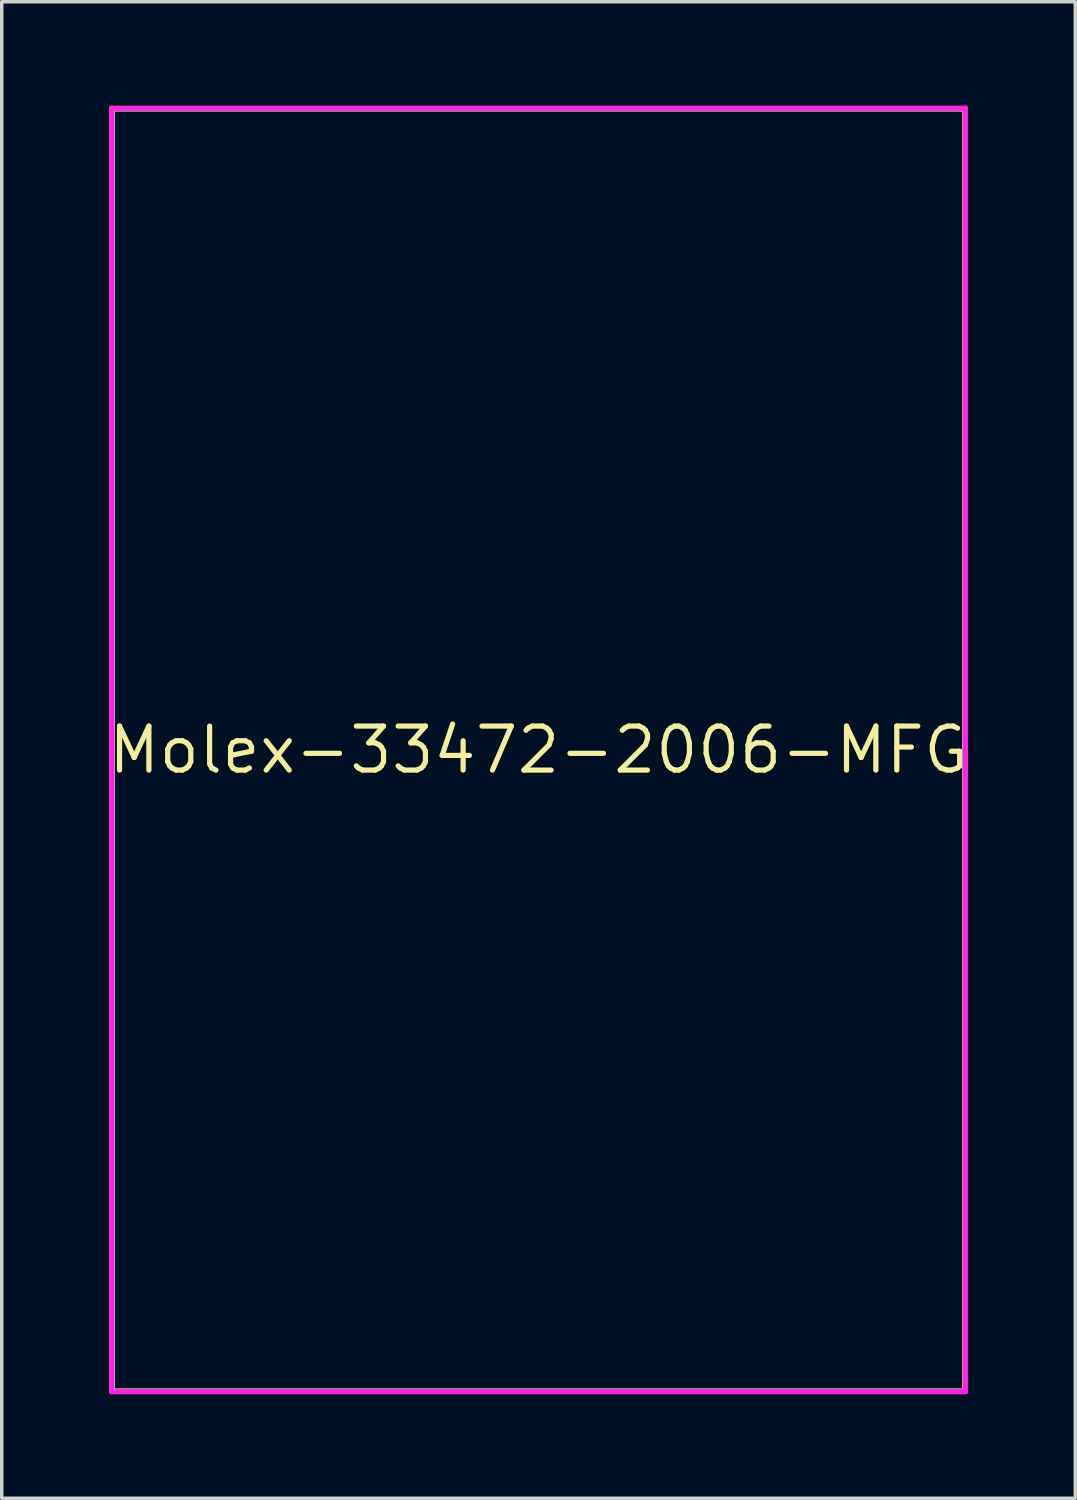
<source format=kicad_pcb>
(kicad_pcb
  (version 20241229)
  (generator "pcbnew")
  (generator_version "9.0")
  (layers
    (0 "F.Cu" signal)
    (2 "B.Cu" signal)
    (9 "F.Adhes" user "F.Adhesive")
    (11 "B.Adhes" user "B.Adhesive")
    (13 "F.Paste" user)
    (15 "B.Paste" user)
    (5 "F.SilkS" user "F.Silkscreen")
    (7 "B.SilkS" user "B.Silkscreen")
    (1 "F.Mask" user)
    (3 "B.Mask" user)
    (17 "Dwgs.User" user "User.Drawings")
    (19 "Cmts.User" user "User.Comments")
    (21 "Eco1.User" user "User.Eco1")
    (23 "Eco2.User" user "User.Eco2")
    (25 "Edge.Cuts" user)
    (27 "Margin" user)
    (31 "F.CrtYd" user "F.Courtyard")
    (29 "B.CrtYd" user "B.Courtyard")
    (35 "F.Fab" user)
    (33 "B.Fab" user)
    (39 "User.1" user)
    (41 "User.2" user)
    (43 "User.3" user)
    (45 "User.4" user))
  (footprint "Molex-33472-2006-MFG"
    (layer "F.Cu")
    (at 12.496 18.6)
    (property "Reference" "Molex-33472-2006-MFG" (at 0 0 0) (layer "F.SilkS") (effects (font (size 1.27 1.27) (thickness 0.15))))
    (attr through_hole)
    (fp_line (start -12.325 -18.525) (end -12.325 18.525) (stroke (width 0.15) (type solid)) (layer "F.CrtYd"))
    (fp_line (start -12.325 18.525) (end 12.325 18.525) (stroke (width 0.15) (type solid)) (layer "F.CrtYd"))
    (fp_line (start 12.325 -18.525) (end -12.325 -18.525) (stroke (width 0.15) (type solid)) (layer "F.CrtYd"))
    (fp_line (start 12.325 -18.525) (end 12.325 -18.525) (stroke (width 0.15) (type solid)) (layer "F.CrtYd"))
    (fp_line (start 12.325 18.525) (end 12.325 -18.525) (stroke (width 0.15) (type solid)) (layer "F.CrtYd"))
    (fp_line (start -12.3 -18.5) (end 12.3 -18.5) (stroke (width 0.15) (type solid)) (layer "F.Fab"))
    (fp_line (start -12.3 18.5) (end -12.3 -18.5) (stroke (width 0.15) (type solid)) (layer "F.Fab"))
    (fp_line (start 12.3 -18.5) (end 12.3 18.5) (stroke (width 0.15) (type solid)) (layer "F.Fab"))
    (fp_line (start 12.3 18.5) (end -12.3 18.5) (stroke (width 0.15) (type solid)) (layer "F.Fab")))
  (gr_rect
    (start -3 -3)
    (end 27.991 40.2)
    (stroke (width 0.1) (type default))
    (fill no)
    (layer "Edge.Cuts")))
</source>
